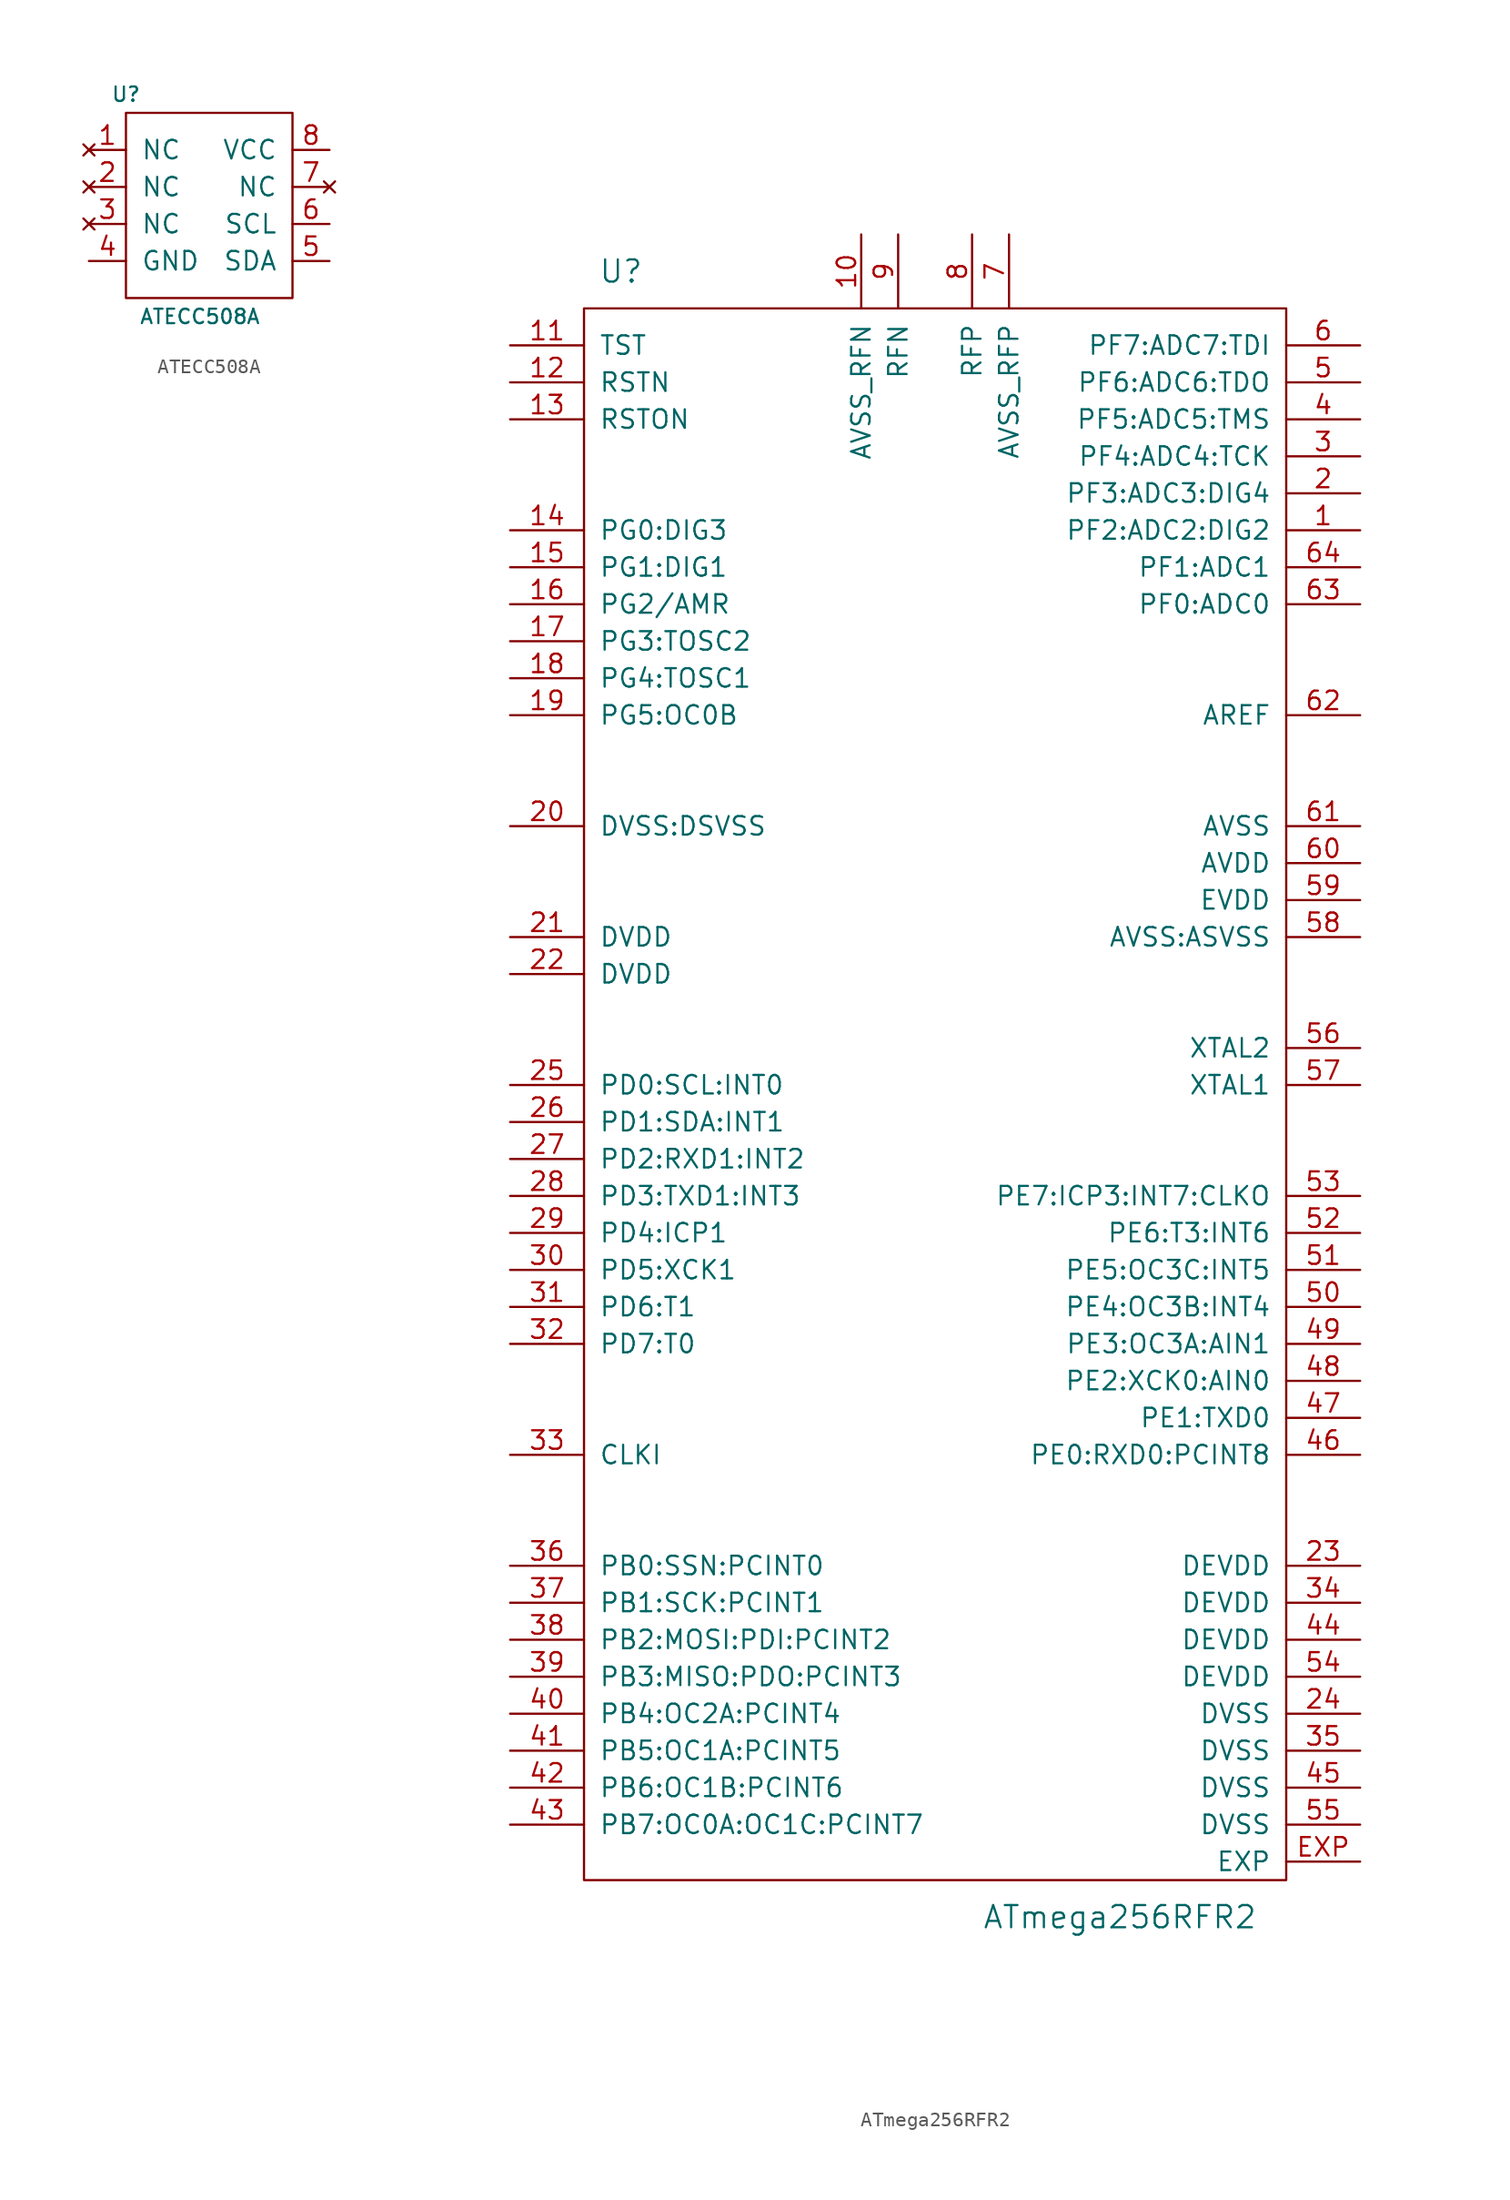
<source format=kicad_sym>
(kicad_symbol_lib
  (version 20211014)
  (generator kicad_symbol_editor)
  (symbol "ATECC508A"
    (pin_names
      (offset 1.016))
    (property "Reference" "U"
      (at -5.08 7.62 0)
      (effects (font (size 0.991 0.991))))
    (property "Value" "ATECC508A"
      (at 0 -7.62 0)
      (effects (font (size 0.991 0.991))))
    (symbol "ATECC508A_0_1"
      (rectangle (start -5.08 6.35) (end 6.35 -6.35) (stroke (width 0) (type default) (color 0 0 0 0)) (fill (type none))))
    (symbol "ATECC508A_1_1"
      (pin no_connect line (at -7.62 3.81 0) (length 2.54) (name "NC" (effects (font (size 1.27 1.27)))) (number "1" (effects (font (size 1.27 1.27)))))
      (pin no_connect line (at -7.62 1.27 0) (length 2.54) (name "NC" (effects (font (size 1.27 1.27)))) (number "2" (effects (font (size 1.27 1.27)))))
      (pin no_connect line (at -7.62 -1.27 0) (length 2.54) (name "NC" (effects (font (size 1.27 1.27)))) (number "3" (effects (font (size 1.27 1.27)))))
      (pin passive line (at -7.62 -3.81 0) (length 2.54) (name "GND" (effects (font (size 1.27 1.27)))) (number "4" (effects (font (size 1.27 1.27)))))
      (pin passive line (at 8.89 -3.81 180) (length 2.54) (name "SDA" (effects (font (size 1.27 1.27)))) (number "5" (effects (font (size 1.27 1.27)))))
      (pin passive line (at 8.89 -1.27 180) (length 2.54) (name "SCL" (effects (font (size 1.27 1.27)))) (number "6" (effects (font (size 1.27 1.27)))))
      (pin no_connect line (at 8.89 1.27 180) (length 2.54) (name "NC" (effects (font (size 1.27 1.27)))) (number "7" (effects (font (size 1.27 1.27)))))
      (pin passive line (at 8.89 3.81 180) (length 2.54) (name "VCC" (effects (font (size 1.27 1.27)))) (number "8" (effects (font (size 1.27 1.27)))))))
  (symbol "ATmega256RFR2"
    (pin_names
      (offset 1.016))
    (property "Reference" "U"
      (at -21.59 55.88 0)
      (effects (font (size 1.524 1.524))))
    (property "Value" "ATmega256RFR2"
      (at 12.7 -57.15 0)
      (effects (font (size 1.524 1.524))))
    (symbol "ATmega256RFR2_0_1"
      (rectangle (start -24.13 53.34) (end 24.13 -54.61) (stroke (width 0) (type default) (color 0 0 0 0)) (fill (type none))))
    (symbol "ATmega256RFR2_1_1"
      (pin passive line (at 29.21 38.1 180) (length 5.08) (name "PF2:ADC2:DIG2" (effects (font (size 1.27 1.27)))) (number "1" (effects (font (size 1.27 1.27)))))
      (pin passive line (at -5.08 58.42 270) (length 5.08) (name "AVSS_RFN" (effects (font (size 1.27 1.27)))) (number "10" (effects (font (size 1.27 1.27)))))
      (pin passive line (at -29.21 50.8 0) (length 5.08) (name "TST" (effects (font (size 1.27 1.27)))) (number "11" (effects (font (size 1.27 1.27)))))
      (pin passive line (at -29.21 48.26 0) (length 5.08) (name "RSTN" (effects (font (size 1.27 1.27)))) (number "12" (effects (font (size 1.27 1.27)))))
      (pin passive line (at -29.21 45.72 0) (length 5.08) (name "RSTON" (effects (font (size 1.27 1.27)))) (number "13" (effects (font (size 1.27 1.27)))))
      (pin passive line (at -29.21 38.1 0) (length 5.08) (name "PG0:DIG3" (effects (font (size 1.27 1.27)))) (number "14" (effects (font (size 1.27 1.27)))))
      (pin passive line (at -29.21 35.56 0) (length 5.08) (name "PG1:DIG1" (effects (font (size 1.27 1.27)))) (number "15" (effects (font (size 1.27 1.27)))))
      (pin passive line (at -29.21 33.02 0) (length 5.08) (name "PG2/AMR" (effects (font (size 1.27 1.27)))) (number "16" (effects (font (size 1.27 1.27)))))
      (pin passive line (at -29.21 30.48 0) (length 5.08) (name "PG3:TOSC2" (effects (font (size 1.27 1.27)))) (number "17" (effects (font (size 1.27 1.27)))))
      (pin passive line (at -29.21 27.94 0) (length 5.08) (name "PG4:TOSC1" (effects (font (size 1.27 1.27)))) (number "18" (effects (font (size 1.27 1.27)))))
      (pin passive line (at -29.21 25.4 0) (length 5.08) (name "PG5:OC0B" (effects (font (size 1.27 1.27)))) (number "19" (effects (font (size 1.27 1.27)))))
      (pin passive line (at 29.21 40.64 180) (length 5.08) (name "PF3:ADC3:DIG4" (effects (font (size 1.27 1.27)))) (number "2" (effects (font (size 1.27 1.27)))))
      (pin passive line (at -29.21 17.78 0) (length 5.08) (name "DVSS:DSVSS" (effects (font (size 1.27 1.27)))) (number "20" (effects (font (size 1.27 1.27)))))
      (pin passive line (at -29.21 10.16 0) (length 5.08) (name "DVDD" (effects (font (size 1.27 1.27)))) (number "21" (effects (font (size 1.27 1.27)))))
      (pin passive line (at -29.21 7.62 0) (length 5.08) (name "DVDD" (effects (font (size 1.27 1.27)))) (number "22" (effects (font (size 1.27 1.27)))))
      (pin passive line (at 29.21 -33.02 180) (length 5.08) (name "DEVDD" (effects (font (size 1.27 1.27)))) (number "23" (effects (font (size 1.27 1.27)))))
      (pin passive line (at 29.21 -43.18 180) (length 5.08) (name "DVSS" (effects (font (size 1.27 1.27)))) (number "24" (effects (font (size 1.27 1.27)))))
      (pin passive line (at -29.21 0 0) (length 5.08) (name "PD0:SCL:INT0" (effects (font (size 1.27 1.27)))) (number "25" (effects (font (size 1.27 1.27)))))
      (pin passive line (at -29.21 -2.54 0) (length 5.08) (name "PD1:SDA:INT1" (effects (font (size 1.27 1.27)))) (number "26" (effects (font (size 1.27 1.27)))))
      (pin passive line (at -29.21 -5.08 0) (length 5.08) (name "PD2:RXD1:INT2" (effects (font (size 1.27 1.27)))) (number "27" (effects (font (size 1.27 1.27)))))
      (pin passive line (at -29.21 -7.62 0) (length 5.08) (name "PD3:TXD1:INT3" (effects (font (size 1.27 1.27)))) (number "28" (effects (font (size 1.27 1.27)))))
      (pin passive line (at -29.21 -10.16 0) (length 5.08) (name "PD4:ICP1" (effects (font (size 1.27 1.27)))) (number "29" (effects (font (size 1.27 1.27)))))
      (pin passive line (at 29.21 43.18 180) (length 5.08) (name "PF4:ADC4:TCK" (effects (font (size 1.27 1.27)))) (number "3" (effects (font (size 1.27 1.27)))))
      (pin passive line (at -29.21 -12.7 0) (length 5.08) (name "PD5:XCK1" (effects (font (size 1.27 1.27)))) (number "30" (effects (font (size 1.27 1.27)))))
      (pin passive line (at -29.21 -15.24 0) (length 5.08) (name "PD6:T1" (effects (font (size 1.27 1.27)))) (number "31" (effects (font (size 1.27 1.27)))))
      (pin passive line (at -29.21 -17.78 0) (length 5.08) (name "PD7:T0" (effects (font (size 1.27 1.27)))) (number "32" (effects (font (size 1.27 1.27)))))
      (pin passive line (at -29.21 -25.4 0) (length 5.08) (name "CLKI" (effects (font (size 1.27 1.27)))) (number "33" (effects (font (size 1.27 1.27)))))
      (pin passive line (at 29.21 -35.56 180) (length 5.08) (name "DEVDD" (effects (font (size 1.27 1.27)))) (number "34" (effects (font (size 1.27 1.27)))))
      (pin passive line (at 29.21 -45.72 180) (length 5.08) (name "DVSS" (effects (font (size 1.27 1.27)))) (number "35" (effects (font (size 1.27 1.27)))))
      (pin passive line (at -29.21 -33.02 0) (length 5.08) (name "PB0:SSN:PCINT0" (effects (font (size 1.27 1.27)))) (number "36" (effects (font (size 1.27 1.27)))))
      (pin passive line (at -29.21 -35.56 0) (length 5.08) (name "PB1:SCK:PCINT1" (effects (font (size 1.27 1.27)))) (number "37" (effects (font (size 1.27 1.27)))))
      (pin passive line (at -29.21 -38.1 0) (length 5.08) (name "PB2:MOSI:PDI:PCINT2" (effects (font (size 1.27 1.27)))) (number "38" (effects (font (size 1.27 1.27)))))
      (pin passive line (at -29.21 -40.64 0) (length 5.08) (name "PB3:MISO:PDO:PCINT3" (effects (font (size 1.27 1.27)))) (number "39" (effects (font (size 1.27 1.27)))))
      (pin passive line (at 29.21 45.72 180) (length 5.08) (name "PF5:ADC5:TMS" (effects (font (size 1.27 1.27)))) (number "4" (effects (font (size 1.27 1.27)))))
      (pin passive line (at -29.21 -43.18 0) (length 5.08) (name "PB4:OC2A:PCINT4" (effects (font (size 1.27 1.27)))) (number "40" (effects (font (size 1.27 1.27)))))
      (pin passive line (at -29.21 -45.72 0) (length 5.08) (name "PB5:OC1A:PCINT5" (effects (font (size 1.27 1.27)))) (number "41" (effects (font (size 1.27 1.27)))))
      (pin passive line (at -29.21 -48.26 0) (length 5.08) (name "PB6:OC1B:PCINT6" (effects (font (size 1.27 1.27)))) (number "42" (effects (font (size 1.27 1.27)))))
      (pin passive line (at -29.21 -50.8 0) (length 5.08) (name "PB7:OC0A:OC1C:PCINT7" (effects (font (size 1.27 1.27)))) (number "43" (effects (font (size 1.27 1.27)))))
      (pin passive line (at 29.21 -38.1 180) (length 5.08) (name "DEVDD" (effects (font (size 1.27 1.27)))) (number "44" (effects (font (size 1.27 1.27)))))
      (pin passive line (at 29.21 -48.26 180) (length 5.08) (name "DVSS" (effects (font (size 1.27 1.27)))) (number "45" (effects (font (size 1.27 1.27)))))
      (pin passive line (at 29.21 -25.4 180) (length 5.08) (name "PE0:RXD0:PCINT8" (effects (font (size 1.27 1.27)))) (number "46" (effects (font (size 1.27 1.27)))))
      (pin passive line (at 29.21 -22.86 180) (length 5.08) (name "PE1:TXD0" (effects (font (size 1.27 1.27)))) (number "47" (effects (font (size 1.27 1.27)))))
      (pin passive line (at 29.21 -20.32 180) (length 5.08) (name "PE2:XCK0:AIN0" (effects (font (size 1.27 1.27)))) (number "48" (effects (font (size 1.27 1.27)))))
      (pin passive line (at 29.21 -17.78 180) (length 5.08) (name "PE3:OC3A:AIN1" (effects (font (size 1.27 1.27)))) (number "49" (effects (font (size 1.27 1.27)))))
      (pin passive line (at 29.21 48.26 180) (length 5.08) (name "PF6:ADC6:TDO" (effects (font (size 1.27 1.27)))) (number "5" (effects (font (size 1.27 1.27)))))
      (pin passive line (at 29.21 -15.24 180) (length 5.08) (name "PE4:OC3B:INT4" (effects (font (size 1.27 1.27)))) (number "50" (effects (font (size 1.27 1.27)))))
      (pin passive line (at 29.21 -12.7 180) (length 5.08) (name "PE5:OC3C:INT5" (effects (font (size 1.27 1.27)))) (number "51" (effects (font (size 1.27 1.27)))))
      (pin passive line (at 29.21 -10.16 180) (length 5.08) (name "PE6:T3:INT6" (effects (font (size 1.27 1.27)))) (number "52" (effects (font (size 1.27 1.27)))))
      (pin passive line (at 29.21 -7.62 180) (length 5.08) (name "PE7:ICP3:INT7:CLKO" (effects (font (size 1.27 1.27)))) (number "53" (effects (font (size 1.27 1.27)))))
      (pin passive line (at 29.21 -40.64 180) (length 5.08) (name "DEVDD" (effects (font (size 1.27 1.27)))) (number "54" (effects (font (size 1.27 1.27)))))
      (pin passive line (at 29.21 -50.8 180) (length 5.08) (name "DVSS" (effects (font (size 1.27 1.27)))) (number "55" (effects (font (size 1.27 1.27)))))
      (pin passive line (at 29.21 2.54 180) (length 5.08) (name "XTAL2" (effects (font (size 1.27 1.27)))) (number "56" (effects (font (size 1.27 1.27)))))
      (pin passive line (at 29.21 0 180) (length 5.08) (name "XTAL1" (effects (font (size 1.27 1.27)))) (number "57" (effects (font (size 1.27 1.27)))))
      (pin passive line (at 29.21 10.16 180) (length 5.08) (name "AVSS:ASVSS" (effects (font (size 1.27 1.27)))) (number "58" (effects (font (size 1.27 1.27)))))
      (pin passive line (at 29.21 12.7 180) (length 5.08) (name "EVDD" (effects (font (size 1.27 1.27)))) (number "59" (effects (font (size 1.27 1.27)))))
      (pin passive line (at 29.21 50.8 180) (length 5.08) (name "PF7:ADC7:TDI" (effects (font (size 1.27 1.27)))) (number "6" (effects (font (size 1.27 1.27)))))
      (pin passive line (at 29.21 15.24 180) (length 5.08) (name "AVDD" (effects (font (size 1.27 1.27)))) (number "60" (effects (font (size 1.27 1.27)))))
      (pin passive line (at 29.21 17.78 180) (length 5.08) (name "AVSS" (effects (font (size 1.27 1.27)))) (number "61" (effects (font (size 1.27 1.27)))))
      (pin passive line (at 29.21 25.4 180) (length 5.08) (name "AREF" (effects (font (size 1.27 1.27)))) (number "62" (effects (font (size 1.27 1.27)))))
      (pin passive line (at 29.21 33.02 180) (length 5.08) (name "PF0:ADC0" (effects (font (size 1.27 1.27)))) (number "63" (effects (font (size 1.27 1.27)))))
      (pin passive line (at 29.21 35.56 180) (length 5.08) (name "PF1:ADC1" (effects (font (size 1.27 1.27)))) (number "64" (effects (font (size 1.27 1.27)))))
      (pin passive line (at 5.08 58.42 270) (length 5.08) (name "AVSS_RFP" (effects (font (size 1.27 1.27)))) (number "7" (effects (font (size 1.27 1.27)))))
      (pin passive line (at 2.54 58.42 270) (length 5.08) (name "RFP" (effects (font (size 1.27 1.27)))) (number "8" (effects (font (size 1.27 1.27)))))
      (pin passive line (at -2.54 58.42 270) (length 5.08) (name "RFN" (effects (font (size 1.27 1.27)))) (number "9" (effects (font (size 1.27 1.27)))))
      (pin passive line (at 29.21 -53.34 180) (length 5.08) (name "EXP" (effects (font (size 1.27 1.27)))) (number "EXP" (effects (font (size 1.27 1.27))))))))
</source>
